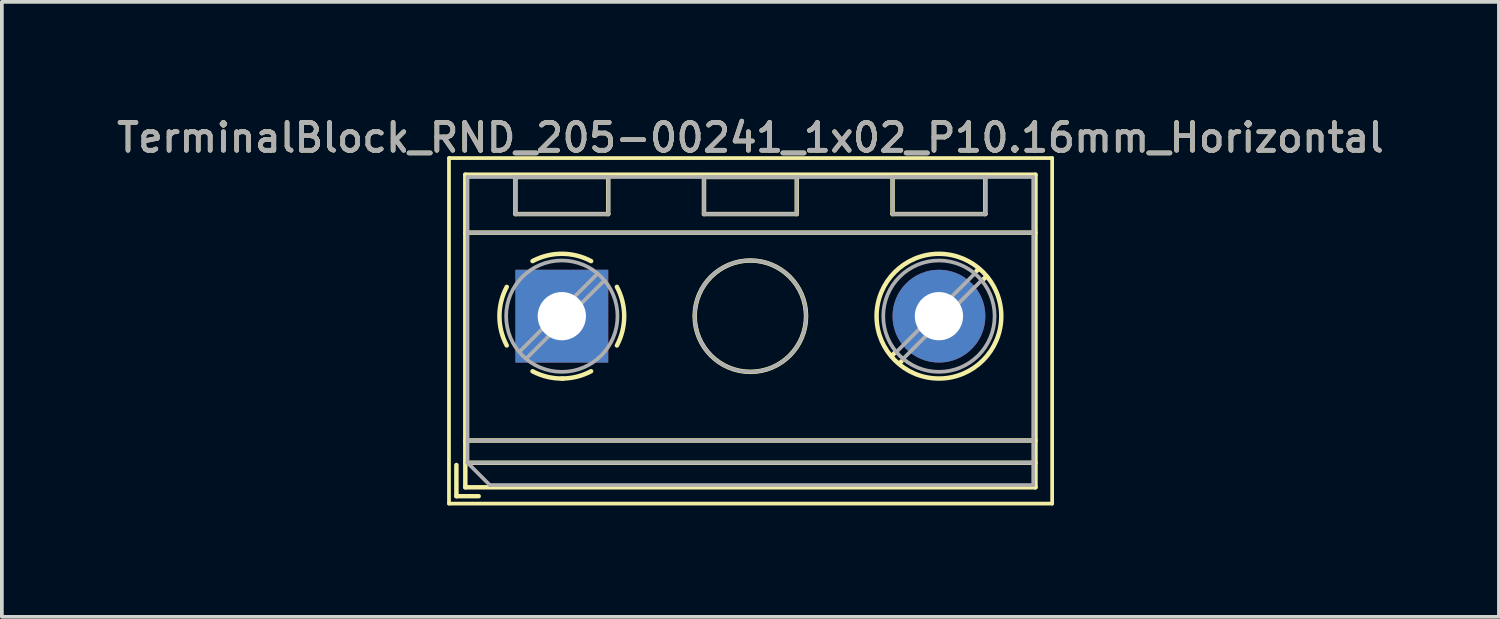
<source format=kicad_pcb>
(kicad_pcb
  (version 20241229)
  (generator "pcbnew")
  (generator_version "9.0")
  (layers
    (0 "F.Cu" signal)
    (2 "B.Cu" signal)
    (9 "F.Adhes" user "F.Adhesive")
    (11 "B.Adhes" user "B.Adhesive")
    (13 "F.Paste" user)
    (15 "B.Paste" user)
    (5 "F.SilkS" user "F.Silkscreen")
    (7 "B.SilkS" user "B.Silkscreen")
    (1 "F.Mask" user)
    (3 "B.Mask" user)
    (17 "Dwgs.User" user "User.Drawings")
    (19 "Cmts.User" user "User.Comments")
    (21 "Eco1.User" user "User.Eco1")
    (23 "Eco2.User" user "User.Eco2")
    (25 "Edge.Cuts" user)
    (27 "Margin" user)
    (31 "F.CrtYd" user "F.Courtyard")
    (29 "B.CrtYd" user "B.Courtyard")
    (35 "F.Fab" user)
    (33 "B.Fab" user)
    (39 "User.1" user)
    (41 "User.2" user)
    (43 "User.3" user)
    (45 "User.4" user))
  (footprint "TerminalBlock_RND_205-00241_1x02_P10.16mm_Horizontal"
    (layer "F.Cu")
    (at 12.086 5.468)
    (property "Reference" "TerminalBlock_RND_205-00241_1x02_P10.16mm_Horizontal" (at 5.08 -4.81 0) (layer "F.SilkS") (effects (font (size 0.75 0.75) (thickness 0.125))))
    (attr through_hole)
    (fp_line (start -3.04 -4.26) (end -3.04 5.05) (stroke (width 0.1) (type solid)) (layer "F.SilkS"))
    (fp_line (start -3.04 5.05) (end 13.21 5.05) (stroke (width 0.1) (type solid)) (layer "F.SilkS"))
    (fp_line (start -2.84 4.01) (end -2.84 4.85) (stroke (width 0.12) (type solid)) (layer "F.SilkS"))
    (fp_line (start -2.84 4.85) (end -2.24 4.85) (stroke (width 0.12) (type solid)) (layer "F.SilkS"))
    (fp_line (start -2.6 -3.811) (end -2.6 4.61) (stroke (width 0.12) (type solid)) (layer "F.SilkS"))
    (fp_line (start -2.6 -3.811) (end 12.76 -3.811) (stroke (width 0.12) (type solid)) (layer "F.SilkS"))
    (fp_line (start -2.6 -2.251) (end 12.76 -2.251) (stroke (width 0.12) (type solid)) (layer "F.SilkS"))
    (fp_line (start -2.6 3.35) (end 12.76 3.35) (stroke (width 0.12) (type solid)) (layer "F.SilkS"))
    (fp_line (start -2.6 3.95) (end 12.76 3.95) (stroke (width 0.12) (type solid)) (layer "F.SilkS"))
    (fp_line (start -2.6 4.61) (end 12.76 4.61) (stroke (width 0.12) (type solid)) (layer "F.SilkS"))
    (fp_line (start -1.25 -3.751) (end -1.25 -2.751) (stroke (width 0.12) (type solid)) (layer "F.SilkS"))
    (fp_line (start -1.25 -3.751) (end 1.25 -3.751) (stroke (width 0.12) (type solid)) (layer "F.SilkS"))
    (fp_line (start -1.25 -2.751) (end 1.25 -2.751) (stroke (width 0.12) (type solid)) (layer "F.SilkS"))
    (fp_line (start 1.25 -3.751) (end 1.25 -2.751) (stroke (width 0.12) (type solid)) (layer "F.SilkS"))
    (fp_line (start 3.83 -3.751) (end 3.83 -2.751) (stroke (width 0.12) (type solid)) (layer "F.SilkS"))
    (fp_line (start 3.83 -3.751) (end 6.33 -3.751) (stroke (width 0.12) (type solid)) (layer "F.SilkS"))
    (fp_line (start 3.83 -2.751) (end 6.33 -2.751) (stroke (width 0.12) (type solid)) (layer "F.SilkS"))
    (fp_line (start 6.33 -3.751) (end 6.33 -2.751) (stroke (width 0.12) (type solid)) (layer "F.SilkS"))
    (fp_line (start 8.91 -3.751) (end 8.91 -2.751) (stroke (width 0.12) (type solid)) (layer "F.SilkS"))
    (fp_line (start 8.91 -3.751) (end 11.41 -3.751) (stroke (width 0.12) (type solid)) (layer "F.SilkS"))
    (fp_line (start 8.91 -2.751) (end 11.41 -2.751) (stroke (width 0.12) (type solid)) (layer "F.SilkS"))
    (fp_line (start 8.98 0.976) (end 8.886 1.069) (stroke (width 0.12) (type solid)) (layer "F.SilkS"))
    (fp_line (start 9.15 1.216) (end 9.091 1.274) (stroke (width 0.12) (type solid)) (layer "F.SilkS"))
    (fp_line (start 11.23 -1.275) (end 11.171 -1.216) (stroke (width 0.12) (type solid)) (layer "F.SilkS"))
    (fp_line (start 11.41 -3.751) (end 11.41 -2.751) (stroke (width 0.12) (type solid)) (layer "F.SilkS"))
    (fp_line (start 11.435 -1.069) (end 11.341 -0.976) (stroke (width 0.12) (type solid)) (layer "F.SilkS"))
    (fp_line (start 12.76 -3.811) (end 12.76 4.61) (stroke (width 0.12) (type solid)) (layer "F.SilkS"))
    (fp_line (start 13.21 -4.26) (end -3.04 -4.26) (stroke (width 0.1) (type solid)) (layer "F.SilkS"))
    (fp_line (start 13.21 5.05) (end 13.21 -4.26) (stroke (width 0.1) (type solid)) (layer "F.SilkS"))
    (fp_arc (start -1.483953 0.789089) (mid -1.680708 0.00005) (end -1.484 -0.789) (stroke (width 0.12) (type solid)) (layer "F.SilkS"))
    (fp_arc (start -0.789089 -1.483953) (mid -0.00005 -1.680708) (end 0.789 -1.484) (stroke (width 0.12) (type solid)) (layer "F.SilkS"))
    (fp_arc (start 0.029383 1.68045) (mid -0.392304 1.634281) (end -0.789 1.484) (stroke (width 0.12) (type solid)) (layer "F.SilkS"))
    (fp_arc (start 0.788712 1.483352) (mid 0.406429 1.630097) (end 0 1.68) (stroke (width 0.12) (type solid)) (layer "F.SilkS"))
    (fp_arc (start 1.483953 -0.789089) (mid 1.680708 -0.00005) (end 1.484 0.789) (stroke (width 0.12) (type solid)) (layer "F.SilkS"))
    (fp_circle (center 5.08 0) (end 6.58 0) (stroke (width 0.12) (type solid)) (fill no) (layer "F.SilkS"))
    (fp_circle (center 10.16 0) (end 11.84 0) (stroke (width 0.12) (type solid)) (fill no) (layer "F.SilkS"))
    (fp_line (start -2.54 -3.75) (end 12.7 -3.75) (stroke (width 0.1) (type solid)) (layer "F.Fab"))
    (fp_line (start -2.54 -2.25) (end 12.7 -2.25) (stroke (width 0.1) (type solid)) (layer "F.Fab"))
    (fp_line (start -2.54 3.35) (end 12.7 3.35) (stroke (width 0.1) (type solid)) (layer "F.Fab"))
    (fp_line (start -2.54 3.95) (end -2.54 -3.75) (stroke (width 0.1) (type solid)) (layer "F.Fab"))
    (fp_line (start -2.54 3.95) (end 12.7 3.95) (stroke (width 0.1) (type solid)) (layer "F.Fab"))
    (fp_line (start -1.94 4.55) (end -2.54 3.95) (stroke (width 0.1) (type solid)) (layer "F.Fab"))
    (fp_line (start -1.25 -3.75) (end -1.25 -2.75) (stroke (width 0.1) (type solid)) (layer "F.Fab"))
    (fp_line (start -1.25 -2.75) (end 1.25 -2.75) (stroke (width 0.1) (type solid)) (layer "F.Fab"))
    (fp_line (start 0.955 -1.138) (end -1.138 0.955) (stroke (width 0.1) (type solid)) (layer "F.Fab"))
    (fp_line (start 1.138 -0.955) (end -0.955 1.138) (stroke (width 0.1) (type solid)) (layer "F.Fab"))
    (fp_line (start 1.25 -3.75) (end -1.25 -3.75) (stroke (width 0.1) (type solid)) (layer "F.Fab"))
    (fp_line (start 1.25 -2.75) (end 1.25 -3.75) (stroke (width 0.1) (type solid)) (layer "F.Fab"))
    (fp_line (start 3.83 -3.75) (end 3.83 -2.75) (stroke (width 0.1) (type solid)) (layer "F.Fab"))
    (fp_line (start 3.83 -2.75) (end 6.33 -2.75) (stroke (width 0.1) (type solid)) (layer "F.Fab"))
    (fp_line (start 6.33 -3.75) (end 3.83 -3.75) (stroke (width 0.1) (type solid)) (layer "F.Fab"))
    (fp_line (start 6.33 -2.75) (end 6.33 -3.75) (stroke (width 0.1) (type solid)) (layer "F.Fab"))
    (fp_line (start 8.91 -3.75) (end 8.91 -2.75) (stroke (width 0.1) (type solid)) (layer "F.Fab"))
    (fp_line (start 8.91 -2.75) (end 11.41 -2.75) (stroke (width 0.1) (type solid)) (layer "F.Fab"))
    (fp_line (start 11.115 -1.138) (end 9.023 0.955) (stroke (width 0.1) (type solid)) (layer "F.Fab"))
    (fp_line (start 11.298 -0.955) (end 9.206 1.138) (stroke (width 0.1) (type solid)) (layer "F.Fab"))
    (fp_line (start 11.41 -3.75) (end 8.91 -3.75) (stroke (width 0.1) (type solid)) (layer "F.Fab"))
    (fp_line (start 11.41 -2.75) (end 11.41 -3.75) (stroke (width 0.1) (type solid)) (layer "F.Fab"))
    (fp_line (start 12.7 -3.75) (end 12.7 4.55) (stroke (width 0.1) (type solid)) (layer "F.Fab"))
    (fp_line (start 12.7 4.55) (end -1.94 4.55) (stroke (width 0.1) (type solid)) (layer "F.Fab"))
    (fp_circle (center 0 0) (end 1.5 0) (stroke (width 0.1) (type solid)) (fill no) (layer "F.Fab"))
    (fp_circle (center 5.08 0) (end 6.58 0) (stroke (width 0.1) (type solid)) (fill no) (layer "F.Fab"))
    (fp_circle (center 10.16 0) (end 11.66 0) (stroke (width 0.1) (type solid)) (fill no) (layer "F.Fab"))
    (fp_text user "${REFERENCE}" (at 5.08 -4.81 0) (layer "F.Fab") (effects (font (size 0.75 0.75) (thickness 0.125))))
    (pad "1" thru_hole rect (at 0 0) (size 2.5 2.5) (drill 1.3) (layers "*.Cu" "*.Mask"))
    (pad "2" thru_hole circle (at 10.16 0) (size 2.5 2.5) (drill 1.3) (layers "*.Cu" "*.Mask")))
  (gr_rect
    (start -3 -3)
    (end 37.332 13.568)
    (stroke (width 0.1) (type default))
    (fill no)
    (layer "Edge.Cuts")))
</source>
